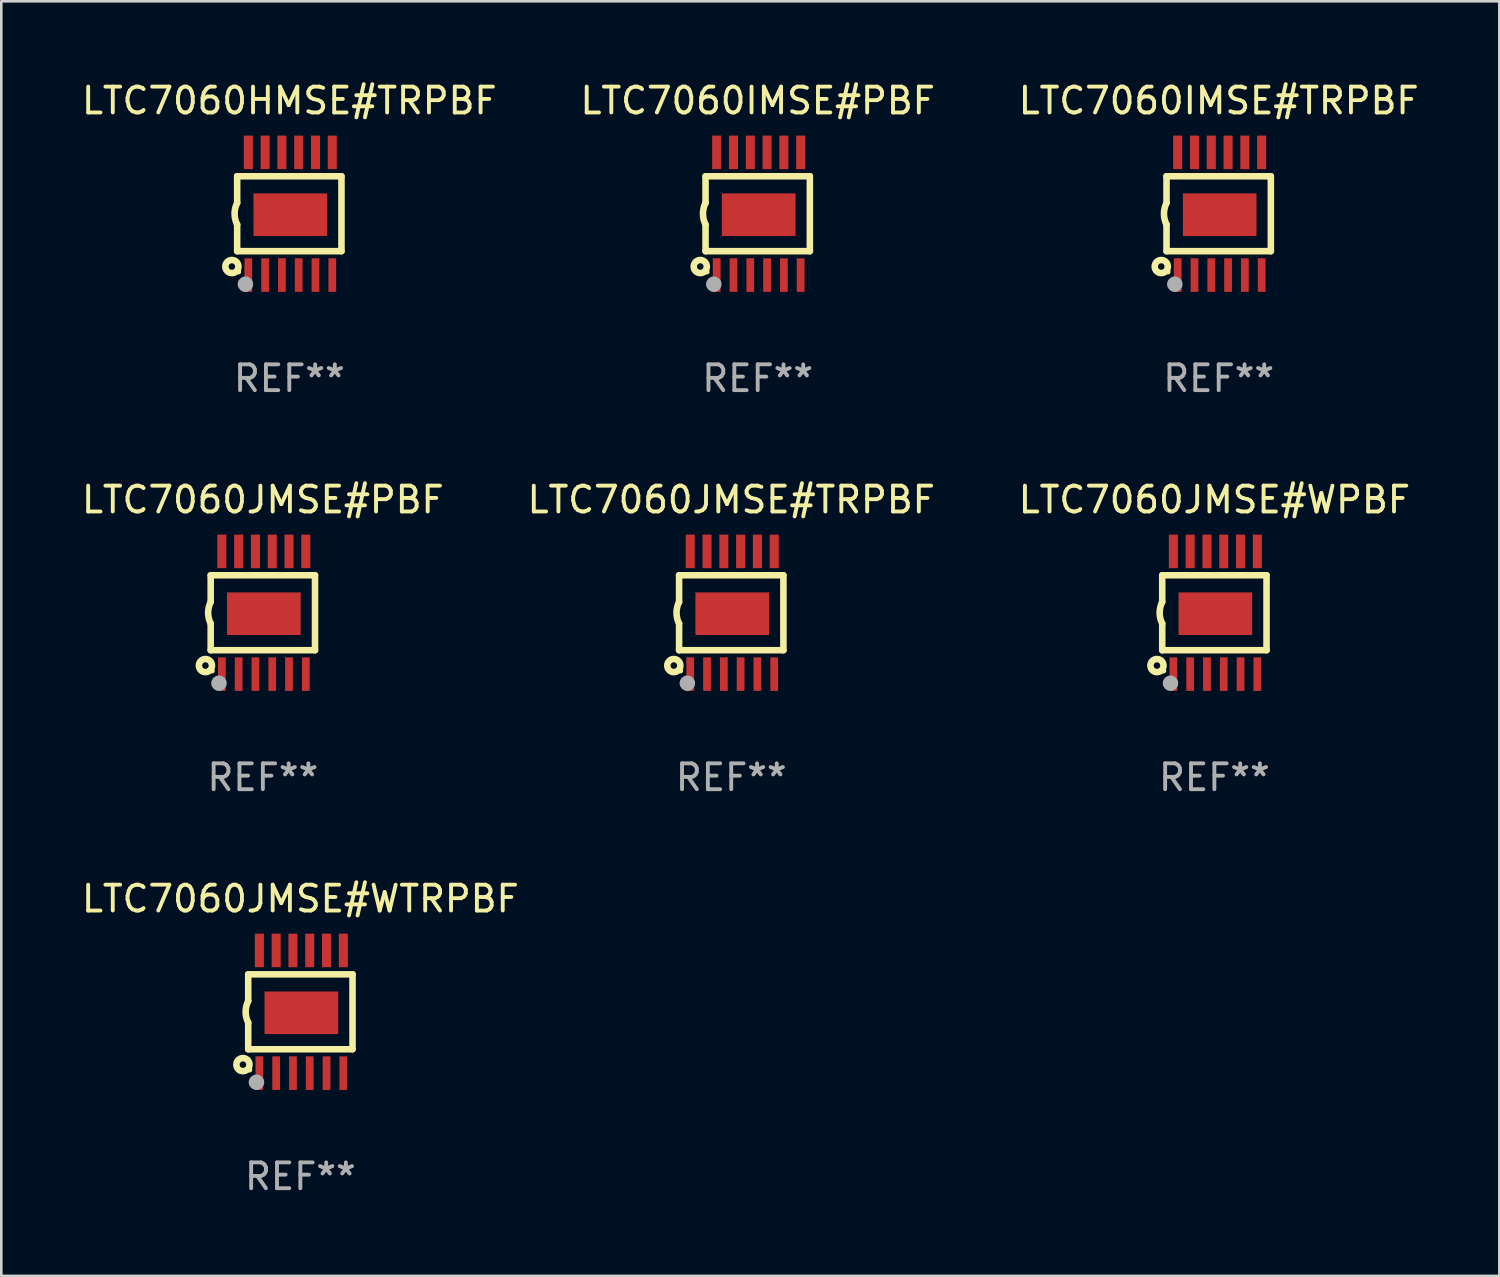
<source format=kicad_pcb>
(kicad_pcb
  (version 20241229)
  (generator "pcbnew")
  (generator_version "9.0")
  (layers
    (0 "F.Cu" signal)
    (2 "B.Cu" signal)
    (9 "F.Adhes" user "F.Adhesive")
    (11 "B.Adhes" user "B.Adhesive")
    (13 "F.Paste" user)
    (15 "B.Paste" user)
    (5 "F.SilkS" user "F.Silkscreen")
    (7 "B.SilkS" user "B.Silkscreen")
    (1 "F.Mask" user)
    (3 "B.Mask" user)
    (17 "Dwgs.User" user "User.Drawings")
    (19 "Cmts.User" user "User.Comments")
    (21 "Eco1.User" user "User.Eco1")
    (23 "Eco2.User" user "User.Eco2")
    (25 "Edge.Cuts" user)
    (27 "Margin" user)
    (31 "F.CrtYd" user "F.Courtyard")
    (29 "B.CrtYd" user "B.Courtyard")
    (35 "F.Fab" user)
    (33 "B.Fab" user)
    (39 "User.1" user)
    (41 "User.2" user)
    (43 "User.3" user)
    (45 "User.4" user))
  (footprint "LTC7060JMSE#WPBF"
    (layer "F.Cu")
    (at 43.958 20.669)
    (property "Reference" "LTC7060JMSE#WPBF" (at 0 -4.375 0) (layer "F.SilkS") (effects (font (size 1 1) (thickness 0.15))))
    (attr through_hole)
    (fp_line (start -2.019 -1.45) (end -2.019 -0.419) (stroke (width 0.254) (type solid)) (layer "F.SilkS"))
    (fp_line (start -2.019 1.45) (end -2.019 0.419) (stroke (width 0.254) (type solid)) (layer "F.SilkS"))
    (fp_line (start -2.019 1.45) (end 2.019 1.45) (stroke (width 0.254) (type solid)) (layer "F.SilkS"))
    (fp_line (start 2.019 -1.45) (end -2.019 -1.45) (stroke (width 0.254) (type solid)) (layer "F.SilkS"))
    (fp_line (start 2.019 -1.45) (end 2.019 1.45) (stroke (width 0.254) (type solid)) (layer "F.SilkS"))
    (fp_arc (start -2.019304 0.419101) (mid -2.11824 0) (end -2.019304 -0.419101) (stroke (width 0.254001) (type solid)) (layer "F.SilkS"))
    (fp_circle (center -2.223 2.045) (end -1.969 2.045) (stroke (width 0.254) (type solid)) (fill no) (layer "F.SilkS"))
    (fp_circle (center -1.962 2.25) (end -1.912 2.25) (stroke (width 0.1) (type solid)) (fill no) (layer "F.SilkS"))
    (fp_circle (center -1.699 2.728) (end -1.549 2.728) (stroke (width 0.3) (type solid)) (fill no) (layer "F.Fab"))
    (fp_text user "REF**" (at 0 6.375 0) (layer "F.Fab") (effects (font (size 1 1) (thickness 0.15))))
    (pad "1" smd rect (at -1.587 2.375) (size 0.3 1.3) (layers "F.Cu" "F.Mask" "F.Paste"))
    (pad "2" smd rect (at -0.937 2.375) (size 0.3 1.3) (layers "F.Cu" "F.Mask" "F.Paste"))
    (pad "3" smd rect (at -0.287 2.375) (size 0.3 1.3) (layers "F.Cu" "F.Mask" "F.Paste"))
    (pad "4" smd rect (at 0.363 2.375) (size 0.3 1.3) (layers "F.Cu" "F.Mask" "F.Paste"))
    (pad "5" smd rect (at 1.013 2.375) (size 0.3 1.3) (layers "F.Cu" "F.Mask" "F.Paste"))
    (pad "6" smd rect (at 1.663 2.375) (size 0.3 1.3) (layers "F.Cu" "F.Mask" "F.Paste"))
    (pad "7" smd rect (at 1.663 -2.375) (size 0.35 1.3) (layers "F.Cu" "F.Mask" "F.Paste"))
    (pad "8" smd rect (at 1.013 -2.375) (size 0.35 1.3) (layers "F.Cu" "F.Mask" "F.Paste"))
    (pad "9" smd rect (at 0.363 -2.375) (size 0.35 1.3) (layers "F.Cu" "F.Mask" "F.Paste"))
    (pad "10" smd rect (at -0.287 -2.375) (size 0.35 1.3) (layers "F.Cu" "F.Mask" "F.Paste"))
    (pad "11" smd rect (at -0.937 -2.375) (size 0.35 1.3) (layers "F.Cu" "F.Mask" "F.Paste"))
    (pad "12" smd rect (at -1.587 -2.375) (size 0.35 1.3) (layers "F.Cu" "F.Mask" "F.Paste"))
    (pad "13" smd rect (at 0.038 0.038) (size 2.85 1.65) (layers "F.Cu" "F.Mask" "F.Paste")))
  (footprint "LTC7060JMSE#WTRPBF"
    (layer "F.Cu")
    (at 8.577 36.116)
    (property "Reference" "LTC7060JMSE#WTRPBF" (at 0 -4.375 0) (layer "F.SilkS") (effects (font (size 1 1) (thickness 0.15))))
    (attr through_hole)
    (fp_line (start -2.019 -1.45) (end -2.019 -0.419) (stroke (width 0.254) (type solid)) (layer "F.SilkS"))
    (fp_line (start -2.019 1.45) (end -2.019 0.419) (stroke (width 0.254) (type solid)) (layer "F.SilkS"))
    (fp_line (start -2.019 1.45) (end 2.019 1.45) (stroke (width 0.254) (type solid)) (layer "F.SilkS"))
    (fp_line (start 2.019 -1.45) (end -2.019 -1.45) (stroke (width 0.254) (type solid)) (layer "F.SilkS"))
    (fp_line (start 2.019 -1.45) (end 2.019 1.45) (stroke (width 0.254) (type solid)) (layer "F.SilkS"))
    (fp_arc (start -2.019304 0.419101) (mid -2.11824 0) (end -2.019304 -0.419101) (stroke (width 0.254001) (type solid)) (layer "F.SilkS"))
    (fp_circle (center -2.223 2.045) (end -1.969 2.045) (stroke (width 0.254) (type solid)) (fill no) (layer "F.SilkS"))
    (fp_circle (center -1.962 2.25) (end -1.912 2.25) (stroke (width 0.1) (type solid)) (fill no) (layer "F.SilkS"))
    (fp_circle (center -1.699 2.728) (end -1.549 2.728) (stroke (width 0.3) (type solid)) (fill no) (layer "F.Fab"))
    (fp_text user "REF**" (at 0 6.375 0) (layer "F.Fab") (effects (font (size 1 1) (thickness 0.15))))
    (pad "1" smd rect (at -1.587 2.375) (size 0.3 1.3) (layers "F.Cu" "F.Mask" "F.Paste"))
    (pad "2" smd rect (at -0.937 2.375) (size 0.3 1.3) (layers "F.Cu" "F.Mask" "F.Paste"))
    (pad "3" smd rect (at -0.287 2.375) (size 0.3 1.3) (layers "F.Cu" "F.Mask" "F.Paste"))
    (pad "4" smd rect (at 0.363 2.375) (size 0.3 1.3) (layers "F.Cu" "F.Mask" "F.Paste"))
    (pad "5" smd rect (at 1.013 2.375) (size 0.3 1.3) (layers "F.Cu" "F.Mask" "F.Paste"))
    (pad "6" smd rect (at 1.663 2.375) (size 0.3 1.3) (layers "F.Cu" "F.Mask" "F.Paste"))
    (pad "7" smd rect (at 1.663 -2.375) (size 0.35 1.3) (layers "F.Cu" "F.Mask" "F.Paste"))
    (pad "8" smd rect (at 1.013 -2.375) (size 0.35 1.3) (layers "F.Cu" "F.Mask" "F.Paste"))
    (pad "9" smd rect (at 0.363 -2.375) (size 0.35 1.3) (layers "F.Cu" "F.Mask" "F.Paste"))
    (pad "10" smd rect (at -0.287 -2.375) (size 0.35 1.3) (layers "F.Cu" "F.Mask" "F.Paste"))
    (pad "11" smd rect (at -0.937 -2.375) (size 0.35 1.3) (layers "F.Cu" "F.Mask" "F.Paste"))
    (pad "12" smd rect (at -1.587 -2.375) (size 0.35 1.3) (layers "F.Cu" "F.Mask" "F.Paste"))
    (pad "13" smd rect (at 0.038 0.038) (size 2.85 1.65) (layers "F.Cu" "F.Mask" "F.Paste")))
  (footprint "LTC7060JMSE#TRPBF"
    (layer "F.Cu")
    (at 25.256 20.669)
    (property "Reference" "LTC7060JMSE#TRPBF" (at 0 -4.375 0) (layer "F.SilkS") (effects (font (size 1 1) (thickness 0.15))))
    (attr through_hole)
    (fp_line (start -2.019 -1.45) (end -2.019 -0.419) (stroke (width 0.254) (type solid)) (layer "F.SilkS"))
    (fp_line (start -2.019 1.45) (end -2.019 0.419) (stroke (width 0.254) (type solid)) (layer "F.SilkS"))
    (fp_line (start -2.019 1.45) (end 2.019 1.45) (stroke (width 0.254) (type solid)) (layer "F.SilkS"))
    (fp_line (start 2.019 -1.45) (end -2.019 -1.45) (stroke (width 0.254) (type solid)) (layer "F.SilkS"))
    (fp_line (start 2.019 -1.45) (end 2.019 1.45) (stroke (width 0.254) (type solid)) (layer "F.SilkS"))
    (fp_arc (start -2.019304 0.419101) (mid -2.11824 0) (end -2.019304 -0.419101) (stroke (width 0.254001) (type solid)) (layer "F.SilkS"))
    (fp_circle (center -2.223 2.045) (end -1.969 2.045) (stroke (width 0.254) (type solid)) (fill no) (layer "F.SilkS"))
    (fp_circle (center -1.962 2.25) (end -1.912 2.25) (stroke (width 0.1) (type solid)) (fill no) (layer "F.SilkS"))
    (fp_circle (center -1.699 2.728) (end -1.549 2.728) (stroke (width 0.3) (type solid)) (fill no) (layer "F.Fab"))
    (fp_text user "REF**" (at 0 6.375 0) (layer "F.Fab") (effects (font (size 1 1) (thickness 0.15))))
    (pad "1" smd rect (at -1.587 2.375) (size 0.3 1.3) (layers "F.Cu" "F.Mask" "F.Paste"))
    (pad "2" smd rect (at -0.937 2.375) (size 0.3 1.3) (layers "F.Cu" "F.Mask" "F.Paste"))
    (pad "3" smd rect (at -0.287 2.375) (size 0.3 1.3) (layers "F.Cu" "F.Mask" "F.Paste"))
    (pad "4" smd rect (at 0.363 2.375) (size 0.3 1.3) (layers "F.Cu" "F.Mask" "F.Paste"))
    (pad "5" smd rect (at 1.013 2.375) (size 0.3 1.3) (layers "F.Cu" "F.Mask" "F.Paste"))
    (pad "6" smd rect (at 1.663 2.375) (size 0.3 1.3) (layers "F.Cu" "F.Mask" "F.Paste"))
    (pad "7" smd rect (at 1.663 -2.375) (size 0.35 1.3) (layers "F.Cu" "F.Mask" "F.Paste"))
    (pad "8" smd rect (at 1.013 -2.375) (size 0.35 1.3) (layers "F.Cu" "F.Mask" "F.Paste"))
    (pad "9" smd rect (at 0.363 -2.375) (size 0.35 1.3) (layers "F.Cu" "F.Mask" "F.Paste"))
    (pad "10" smd rect (at -0.287 -2.375) (size 0.35 1.3) (layers "F.Cu" "F.Mask" "F.Paste"))
    (pad "11" smd rect (at -0.937 -2.375) (size 0.35 1.3) (layers "F.Cu" "F.Mask" "F.Paste"))
    (pad "12" smd rect (at -1.587 -2.375) (size 0.35 1.3) (layers "F.Cu" "F.Mask" "F.Paste"))
    (pad "13" smd rect (at 0.038 0.038) (size 2.85 1.65) (layers "F.Cu" "F.Mask" "F.Paste")))
  (footprint "LTC7060IMSE#PBF"
    (layer "F.Cu")
    (at 26.28 5.223)
    (property "Reference" "LTC7060IMSE#PBF" (at 0 -4.375 0) (layer "F.SilkS") (effects (font (size 1 1) (thickness 0.15))))
    (attr through_hole)
    (fp_line (start -2.019 -1.45) (end -2.019 -0.419) (stroke (width 0.254) (type solid)) (layer "F.SilkS"))
    (fp_line (start -2.019 1.45) (end -2.019 0.419) (stroke (width 0.254) (type solid)) (layer "F.SilkS"))
    (fp_line (start -2.019 1.45) (end 2.019 1.45) (stroke (width 0.254) (type solid)) (layer "F.SilkS"))
    (fp_line (start 2.019 -1.45) (end -2.019 -1.45) (stroke (width 0.254) (type solid)) (layer "F.SilkS"))
    (fp_line (start 2.019 -1.45) (end 2.019 1.45) (stroke (width 0.254) (type solid)) (layer "F.SilkS"))
    (fp_arc (start -2.019304 0.419101) (mid -2.11824 0) (end -2.019304 -0.419101) (stroke (width 0.254001) (type solid)) (layer "F.SilkS"))
    (fp_circle (center -2.223 2.045) (end -1.969 2.045) (stroke (width 0.254) (type solid)) (fill no) (layer "F.SilkS"))
    (fp_circle (center -1.962 2.25) (end -1.912 2.25) (stroke (width 0.1) (type solid)) (fill no) (layer "F.SilkS"))
    (fp_circle (center -1.699 2.728) (end -1.549 2.728) (stroke (width 0.3) (type solid)) (fill no) (layer "F.Fab"))
    (fp_text user "REF**" (at 0 6.375 0) (layer "F.Fab") (effects (font (size 1 1) (thickness 0.15))))
    (pad "1" smd rect (at -1.587 2.375) (size 0.3 1.3) (layers "F.Cu" "F.Mask" "F.Paste"))
    (pad "2" smd rect (at -0.937 2.375) (size 0.3 1.3) (layers "F.Cu" "F.Mask" "F.Paste"))
    (pad "3" smd rect (at -0.287 2.375) (size 0.3 1.3) (layers "F.Cu" "F.Mask" "F.Paste"))
    (pad "4" smd rect (at 0.363 2.375) (size 0.3 1.3) (layers "F.Cu" "F.Mask" "F.Paste"))
    (pad "5" smd rect (at 1.013 2.375) (size 0.3 1.3) (layers "F.Cu" "F.Mask" "F.Paste"))
    (pad "6" smd rect (at 1.663 2.375) (size 0.3 1.3) (layers "F.Cu" "F.Mask" "F.Paste"))
    (pad "7" smd rect (at 1.663 -2.375) (size 0.35 1.3) (layers "F.Cu" "F.Mask" "F.Paste"))
    (pad "8" smd rect (at 1.013 -2.375) (size 0.35 1.3) (layers "F.Cu" "F.Mask" "F.Paste"))
    (pad "9" smd rect (at 0.363 -2.375) (size 0.35 1.3) (layers "F.Cu" "F.Mask" "F.Paste"))
    (pad "10" smd rect (at -0.287 -2.375) (size 0.35 1.3) (layers "F.Cu" "F.Mask" "F.Paste"))
    (pad "11" smd rect (at -0.937 -2.375) (size 0.35 1.3) (layers "F.Cu" "F.Mask" "F.Paste"))
    (pad "12" smd rect (at -1.587 -2.375) (size 0.35 1.3) (layers "F.Cu" "F.Mask" "F.Paste"))
    (pad "13" smd rect (at 0.038 0.038) (size 2.85 1.65) (layers "F.Cu" "F.Mask" "F.Paste")))
  (footprint "LTC7060HMSE#TRPBF"
    (layer "F.Cu")
    (at 8.149 5.223)
    (property "Reference" "LTC7060HMSE#TRPBF" (at 0 -4.375 0) (layer "F.SilkS") (effects (font (size 1 1) (thickness 0.15))))
    (attr through_hole)
    (fp_line (start -2.019 -1.45) (end -2.019 -0.419) (stroke (width 0.254) (type solid)) (layer "F.SilkS"))
    (fp_line (start -2.019 1.45) (end -2.019 0.419) (stroke (width 0.254) (type solid)) (layer "F.SilkS"))
    (fp_line (start -2.019 1.45) (end 2.019 1.45) (stroke (width 0.254) (type solid)) (layer "F.SilkS"))
    (fp_line (start 2.019 -1.45) (end -2.019 -1.45) (stroke (width 0.254) (type solid)) (layer "F.SilkS"))
    (fp_line (start 2.019 -1.45) (end 2.019 1.45) (stroke (width 0.254) (type solid)) (layer "F.SilkS"))
    (fp_arc (start -2.019304 0.419101) (mid -2.11824 0) (end -2.019304 -0.419101) (stroke (width 0.254001) (type solid)) (layer "F.SilkS"))
    (fp_circle (center -2.223 2.045) (end -1.969 2.045) (stroke (width 0.254) (type solid)) (fill no) (layer "F.SilkS"))
    (fp_circle (center -1.962 2.25) (end -1.912 2.25) (stroke (width 0.1) (type solid)) (fill no) (layer "F.SilkS"))
    (fp_circle (center -1.699 2.728) (end -1.549 2.728) (stroke (width 0.3) (type solid)) (fill no) (layer "F.Fab"))
    (fp_text user "REF**" (at 0 6.375 0) (layer "F.Fab") (effects (font (size 1 1) (thickness 0.15))))
    (pad "1" smd rect (at -1.587 2.375) (size 0.3 1.3) (layers "F.Cu" "F.Mask" "F.Paste"))
    (pad "2" smd rect (at -0.937 2.375) (size 0.3 1.3) (layers "F.Cu" "F.Mask" "F.Paste"))
    (pad "3" smd rect (at -0.287 2.375) (size 0.3 1.3) (layers "F.Cu" "F.Mask" "F.Paste"))
    (pad "4" smd rect (at 0.363 2.375) (size 0.3 1.3) (layers "F.Cu" "F.Mask" "F.Paste"))
    (pad "5" smd rect (at 1.013 2.375) (size 0.3 1.3) (layers "F.Cu" "F.Mask" "F.Paste"))
    (pad "6" smd rect (at 1.663 2.375) (size 0.3 1.3) (layers "F.Cu" "F.Mask" "F.Paste"))
    (pad "7" smd rect (at 1.663 -2.375) (size 0.35 1.3) (layers "F.Cu" "F.Mask" "F.Paste"))
    (pad "8" smd rect (at 1.013 -2.375) (size 0.35 1.3) (layers "F.Cu" "F.Mask" "F.Paste"))
    (pad "9" smd rect (at 0.363 -2.375) (size 0.35 1.3) (layers "F.Cu" "F.Mask" "F.Paste"))
    (pad "10" smd rect (at -0.287 -2.375) (size 0.35 1.3) (layers "F.Cu" "F.Mask" "F.Paste"))
    (pad "11" smd rect (at -0.937 -2.375) (size 0.35 1.3) (layers "F.Cu" "F.Mask" "F.Paste"))
    (pad "12" smd rect (at -1.587 -2.375) (size 0.35 1.3) (layers "F.Cu" "F.Mask" "F.Paste"))
    (pad "13" smd rect (at 0.038 0.038) (size 2.85 1.65) (layers "F.Cu" "F.Mask" "F.Paste")))
  (footprint "LTC7060JMSE#PBF"
    (layer "F.Cu")
    (at 7.125 20.669)
    (property "Reference" "LTC7060JMSE#PBF" (at 0 -4.375 0) (layer "F.SilkS") (effects (font (size 1 1) (thickness 0.15))))
    (attr through_hole)
    (fp_line (start -2.019 -1.45) (end -2.019 -0.419) (stroke (width 0.254) (type solid)) (layer "F.SilkS"))
    (fp_line (start -2.019 1.45) (end -2.019 0.419) (stroke (width 0.254) (type solid)) (layer "F.SilkS"))
    (fp_line (start -2.019 1.45) (end 2.019 1.45) (stroke (width 0.254) (type solid)) (layer "F.SilkS"))
    (fp_line (start 2.019 -1.45) (end -2.019 -1.45) (stroke (width 0.254) (type solid)) (layer "F.SilkS"))
    (fp_line (start 2.019 -1.45) (end 2.019 1.45) (stroke (width 0.254) (type solid)) (layer "F.SilkS"))
    (fp_arc (start -2.019304 0.419101) (mid -2.11824 0) (end -2.019304 -0.419101) (stroke (width 0.254001) (type solid)) (layer "F.SilkS"))
    (fp_circle (center -2.223 2.045) (end -1.969 2.045) (stroke (width 0.254) (type solid)) (fill no) (layer "F.SilkS"))
    (fp_circle (center -1.962 2.25) (end -1.912 2.25) (stroke (width 0.1) (type solid)) (fill no) (layer "F.SilkS"))
    (fp_circle (center -1.699 2.728) (end -1.549 2.728) (stroke (width 0.3) (type solid)) (fill no) (layer "F.Fab"))
    (fp_text user "REF**" (at 0 6.375 0) (layer "F.Fab") (effects (font (size 1 1) (thickness 0.15))))
    (pad "1" smd rect (at -1.587 2.375) (size 0.3 1.3) (layers "F.Cu" "F.Mask" "F.Paste"))
    (pad "2" smd rect (at -0.937 2.375) (size 0.3 1.3) (layers "F.Cu" "F.Mask" "F.Paste"))
    (pad "3" smd rect (at -0.287 2.375) (size 0.3 1.3) (layers "F.Cu" "F.Mask" "F.Paste"))
    (pad "4" smd rect (at 0.363 2.375) (size 0.3 1.3) (layers "F.Cu" "F.Mask" "F.Paste"))
    (pad "5" smd rect (at 1.013 2.375) (size 0.3 1.3) (layers "F.Cu" "F.Mask" "F.Paste"))
    (pad "6" smd rect (at 1.663 2.375) (size 0.3 1.3) (layers "F.Cu" "F.Mask" "F.Paste"))
    (pad "7" smd rect (at 1.663 -2.375) (size 0.35 1.3) (layers "F.Cu" "F.Mask" "F.Paste"))
    (pad "8" smd rect (at 1.013 -2.375) (size 0.35 1.3) (layers "F.Cu" "F.Mask" "F.Paste"))
    (pad "9" smd rect (at 0.363 -2.375) (size 0.35 1.3) (layers "F.Cu" "F.Mask" "F.Paste"))
    (pad "10" smd rect (at -0.287 -2.375) (size 0.35 1.3) (layers "F.Cu" "F.Mask" "F.Paste"))
    (pad "11" smd rect (at -0.937 -2.375) (size 0.35 1.3) (layers "F.Cu" "F.Mask" "F.Paste"))
    (pad "12" smd rect (at -1.587 -2.375) (size 0.35 1.3) (layers "F.Cu" "F.Mask" "F.Paste"))
    (pad "13" smd rect (at 0.038 0.038) (size 2.85 1.65) (layers "F.Cu" "F.Mask" "F.Paste")))
  (footprint "LTC7060IMSE#TRPBF"
    (layer "F.Cu")
    (at 44.125 5.223)
    (property "Reference" "LTC7060IMSE#TRPBF" (at 0 -4.375 0) (layer "F.SilkS") (effects (font (size 1 1) (thickness 0.15))))
    (attr through_hole)
    (fp_line (start -2.019 -1.45) (end -2.019 -0.419) (stroke (width 0.254) (type solid)) (layer "F.SilkS"))
    (fp_line (start -2.019 1.45) (end -2.019 0.419) (stroke (width 0.254) (type solid)) (layer "F.SilkS"))
    (fp_line (start -2.019 1.45) (end 2.019 1.45) (stroke (width 0.254) (type solid)) (layer "F.SilkS"))
    (fp_line (start 2.019 -1.45) (end -2.019 -1.45) (stroke (width 0.254) (type solid)) (layer "F.SilkS"))
    (fp_line (start 2.019 -1.45) (end 2.019 1.45) (stroke (width 0.254) (type solid)) (layer "F.SilkS"))
    (fp_arc (start -2.019304 0.419101) (mid -2.11824 0) (end -2.019304 -0.419101) (stroke (width 0.254001) (type solid)) (layer "F.SilkS"))
    (fp_circle (center -2.223 2.045) (end -1.969 2.045) (stroke (width 0.254) (type solid)) (fill no) (layer "F.SilkS"))
    (fp_circle (center -1.962 2.25) (end -1.912 2.25) (stroke (width 0.1) (type solid)) (fill no) (layer "F.SilkS"))
    (fp_circle (center -1.699 2.728) (end -1.549 2.728) (stroke (width 0.3) (type solid)) (fill no) (layer "F.Fab"))
    (fp_text user "REF**" (at 0 6.375 0) (layer "F.Fab") (effects (font (size 1 1) (thickness 0.15))))
    (pad "1" smd rect (at -1.587 2.375) (size 0.3 1.3) (layers "F.Cu" "F.Mask" "F.Paste"))
    (pad "2" smd rect (at -0.937 2.375) (size 0.3 1.3) (layers "F.Cu" "F.Mask" "F.Paste"))
    (pad "3" smd rect (at -0.287 2.375) (size 0.3 1.3) (layers "F.Cu" "F.Mask" "F.Paste"))
    (pad "4" smd rect (at 0.363 2.375) (size 0.3 1.3) (layers "F.Cu" "F.Mask" "F.Paste"))
    (pad "5" smd rect (at 1.013 2.375) (size 0.3 1.3) (layers "F.Cu" "F.Mask" "F.Paste"))
    (pad "6" smd rect (at 1.663 2.375) (size 0.3 1.3) (layers "F.Cu" "F.Mask" "F.Paste"))
    (pad "7" smd rect (at 1.663 -2.375) (size 0.35 1.3) (layers "F.Cu" "F.Mask" "F.Paste"))
    (pad "8" smd rect (at 1.013 -2.375) (size 0.35 1.3) (layers "F.Cu" "F.Mask" "F.Paste"))
    (pad "9" smd rect (at 0.363 -2.375) (size 0.35 1.3) (layers "F.Cu" "F.Mask" "F.Paste"))
    (pad "10" smd rect (at -0.287 -2.375) (size 0.35 1.3) (layers "F.Cu" "F.Mask" "F.Paste"))
    (pad "11" smd rect (at -0.937 -2.375) (size 0.35 1.3) (layers "F.Cu" "F.Mask" "F.Paste"))
    (pad "12" smd rect (at -1.587 -2.375) (size 0.35 1.3) (layers "F.Cu" "F.Mask" "F.Paste"))
    (pad "13" smd rect (at 0.038 0.038) (size 2.85 1.65) (layers "F.Cu" "F.Mask" "F.Paste")))
  (gr_rect
    (start -3 -3)
    (end 54.988 46.339)
    (stroke (width 0.1) (type default))
    (fill no)
    (layer "Edge.Cuts")))
</source>
